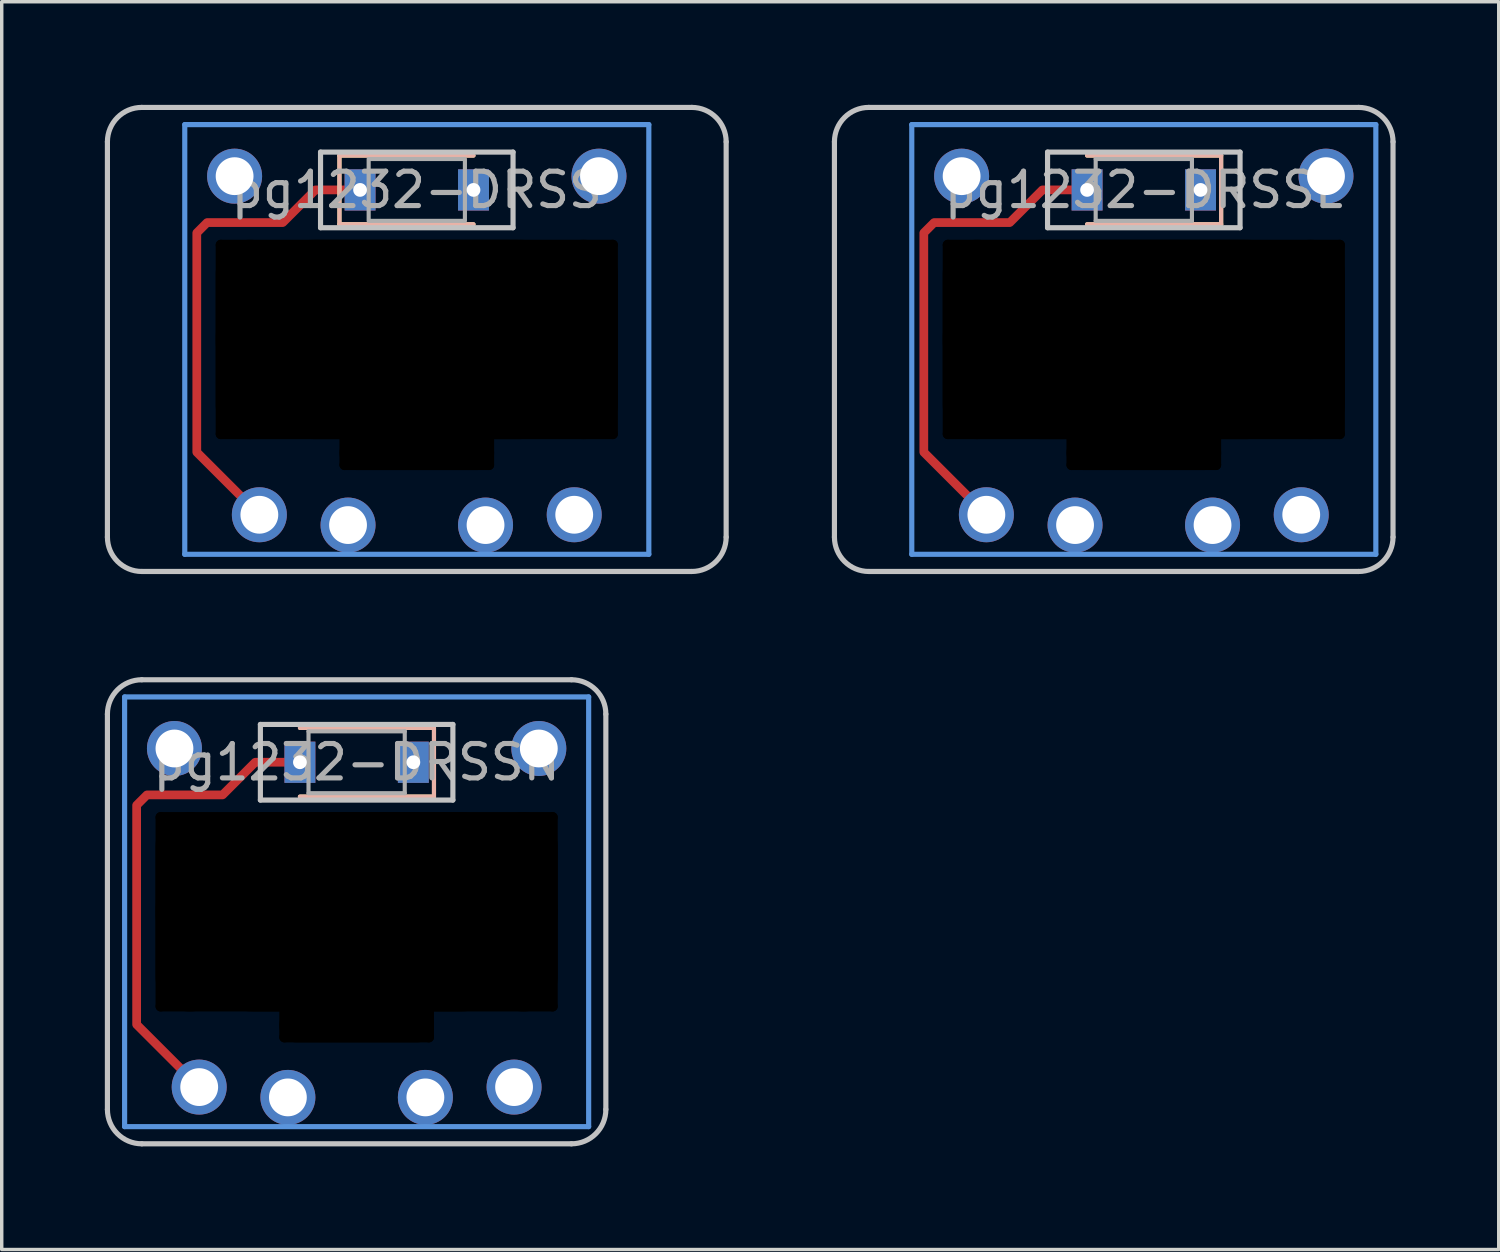
<source format=kicad_pcb>
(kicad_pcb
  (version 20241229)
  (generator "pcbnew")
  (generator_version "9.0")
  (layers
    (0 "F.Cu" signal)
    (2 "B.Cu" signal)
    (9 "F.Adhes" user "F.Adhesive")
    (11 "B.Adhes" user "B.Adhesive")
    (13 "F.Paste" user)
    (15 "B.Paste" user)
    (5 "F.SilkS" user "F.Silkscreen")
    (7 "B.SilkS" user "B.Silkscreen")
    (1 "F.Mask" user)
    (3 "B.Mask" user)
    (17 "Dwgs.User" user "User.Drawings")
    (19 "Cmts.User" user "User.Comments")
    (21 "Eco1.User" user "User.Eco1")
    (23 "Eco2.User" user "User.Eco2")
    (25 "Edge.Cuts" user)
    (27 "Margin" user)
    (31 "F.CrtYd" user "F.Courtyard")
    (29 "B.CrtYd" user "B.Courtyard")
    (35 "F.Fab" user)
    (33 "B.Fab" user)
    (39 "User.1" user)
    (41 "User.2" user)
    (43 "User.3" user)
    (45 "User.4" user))
  (footprint "pg1232-DRSSN"
    (layer "F.Cu")
    (at 7.325 19.125)
    (property "Reference" "pg1232-DRSSN" (at 0 0 0) (layer "F.Fab") (effects (font (size 1 1) (thickness 0.15))))
    (attr smd)
    (fp_line (start 2.25 -1) (end -1.65 -1) (stroke (width 0.12) (type solid)) (layer "F.SilkS"))
    (fp_line (start 2.25 -1) (end 2.25 1) (stroke (width 0.12) (type solid)) (layer "F.SilkS"))
    (fp_line (start 2.25 1) (end -1.65 1) (stroke (width 0.12) (type solid)) (layer "F.SilkS"))
    (fp_line (start 2.25 -1) (end -1.65 -1) (stroke (width 0.12) (type solid)) (layer "B.SilkS"))
    (fp_line (start 2.25 -1) (end 2.25 1) (stroke (width 0.12) (type solid)) (layer "B.SilkS"))
    (fp_line (start 2.25 1) (end -1.65 1) (stroke (width 0.12) (type solid)) (layer "B.SilkS"))
    (fp_line (start -7.25 10.1) (end -7.25 -1.4) (stroke (width 0.15) (type solid)) (layer "Dwgs.User"))
    (fp_line (start -6.25 -2.4) (end 6.25 -2.4) (stroke (width 0.15) (type solid)) (layer "Dwgs.User"))
    (fp_line (start -2.8 -1.1) (end -2.8 1.1) (stroke (width 0.15) (type solid)) (layer "Dwgs.User"))
    (fp_line (start -2.8 1.1) (end 2.8 1.1) (stroke (width 0.15) (type solid)) (layer "Dwgs.User"))
    (fp_line (start 2.8 -1.1) (end -2.8 -1.1) (stroke (width 0.15) (type solid)) (layer "Dwgs.User"))
    (fp_line (start 2.8 1.1) (end 2.8 -1.1) (stroke (width 0.15) (type solid)) (layer "Dwgs.User"))
    (fp_line (start 6.25 11.1) (end -6.25 11.1) (stroke (width 0.15) (type solid)) (layer "Dwgs.User"))
    (fp_line (start 7.25 -1.4) (end 7.25 10.1) (stroke (width 0.15) (type solid)) (layer "Dwgs.User"))
    (fp_arc (start -7.25 -1.4) (mid -6.957107 -2.107107) (end -6.25 -2.4) (stroke (width 0.15) (type solid)) (layer "Dwgs.User"))
    (fp_arc (start -6.25 11.1) (mid -6.957107 10.807107) (end -7.25 10.1) (stroke (width 0.15) (type solid)) (layer "Dwgs.User"))
    (fp_arc (start 6.25 -2.4) (mid 6.957107 -2.107107) (end 7.25 -1.4) (stroke (width 0.15) (type solid)) (layer "Dwgs.User"))
    (fp_arc (start 7.25 10.1) (mid 6.957107 10.807107) (end 6.25 11.1) (stroke (width 0.15) (type solid)) (layer "Dwgs.User"))
    (fp_line (start -6.75 -1.9) (end -6.75 10.6) (stroke (width 0.15) (type solid)) (layer "Cmts.User"))
    (fp_line (start -6.75 10.6) (end 6.75 10.6) (stroke (width 0.15) (type solid)) (layer "Cmts.User"))
    (fp_line (start 6.75 -1.9) (end -6.75 -1.9) (stroke (width 0.15) (type solid)) (layer "Cmts.User"))
    (fp_line (start 6.75 10.6) (end 6.75 -1.9) (stroke (width 0.15) (type solid)) (layer "Cmts.User"))
    (fp_line (start -1.4 -0.9) (end -1.4 0.9) (stroke (width 0.12) (type solid)) (layer "F.Fab"))
    (fp_line (start -1.4 0.9) (end 1.4 0.9) (stroke (width 0.12) (type solid)) (layer "F.Fab"))
    (fp_line (start 1.4 -0.9) (end -1.4 -0.9) (stroke (width 0.12) (type solid)) (layer "F.Fab"))
    (fp_line (start 1.4 0.9) (end 1.4 -0.9) (stroke (width 0.12) (type solid)) (layer "F.Fab"))
    (pad "" np_thru_hole oval (at -5.7 4.35 90) (size 5.8 0.3) (drill oval 5.8 0.3) (layers "*.Mask"))
    (pad "" thru_hole circle (at -5.3 -0.4) (size 1.6 1.6) (drill 1.1) (layers "*.Cu" "*.Mask"))
    (pad "" np_thru_hole oval (at -4.85 4.35) (size 2 5.8) (drill oval 2 5.8) (layers "*.Mask"))
    (pad "" thru_hole circle (at -4.58 9.45) (size 1.6 1.6) (drill 1.1) (layers "*.Cu" "B.Mask"))
    (pad "" np_thru_hole oval (at -2.1 7.6 90) (size 1.1 0.3) (drill oval 1.1 0.3) (layers "*.Mask"))
    (pad "" smd custom (at -1.65 0) (size 0.254 0.254) (layers "F.Cu") (options (anchor circle)) (primitives (gr_line (start -4.75 7.63) (end -2.93 9.45) (width 0.254)) (gr_line (start 0 0) (end -1.3 0) (width 0.254)) (gr_line (start -1.3 0) (end -2.25 0.95) (width 0.254)) (gr_line (start -4.75 1.25) (end -4.75 7.63) (width 0.254)) (gr_line (start -2.25 0.95) (end -4.45 0.95) (width 0.254)) (gr_line (start -4.45 0.95) (end -4.75 1.25) (width 0.254))))
    (pad "" thru_hole rect (at -1.65 0) (size 0.9 1.2) (drill 0.4) (layers "*.Cu" "*.Mask"))
    (pad "" np_thru_hole oval (at 0 1.6) (size 11.7 0.3) (drill oval 11.7 0.3) (layers "*.Mask"))
    (pad "" np_thru_hole oval (at 0 4.35) (size 11.7 5.8) (drill oval 11.7 5.8) (layers "*.Mask"))
    (pad "" np_thru_hole oval (at 0 7.1) (size 11.7 0.3) (drill oval 11.7 0.3) (layers "*.Mask"))
    (pad "" np_thru_hole oval (at 0 7.65) (size 4.5 1) (drill oval 4.5 1) (layers "*.Mask"))
    (pad "" np_thru_hole oval (at 0 8) (size 4.5 0.3) (drill oval 4.5 0.3) (layers "*.Mask"))
    (pad "" np_thru_hole oval (at 2.1 7.6 90) (size 1.1 0.3) (drill oval 1.1 0.3) (layers "*.Mask"))
    (pad "" thru_hole circle (at 4.58 9.45) (size 1.6 1.6) (drill 1.1) (layers "*.Cu" "F.Mask"))
    (pad "" np_thru_hole oval (at 4.85 4.35) (size 2 5.8) (drill oval 2 5.8) (layers "*.Mask"))
    (pad "" thru_hole circle (at 5.3 -0.4) (size 1.6 1.6) (drill 1.1) (layers "*.Cu" "*.Mask"))
    (pad "" np_thru_hole oval (at 5.7 4.35 90) (size 5.8 0.3) (drill oval 5.8 0.3) (layers "*.Mask"))
    (pad "1" thru_hole circle (at -2 9.75) (size 1.6 1.6) (drill 1.1) (layers "*.Cu" "F.Mask"))
    (pad "1" thru_hole circle (at 2 9.75) (size 1.6 1.6) (drill 1.1) (layers "*.Cu" "B.Mask"))
    (pad "2" thru_hole rect (at 1.65 0) (size 0.9 1.2) (drill 0.4) (layers "*.Cu" "*.Mask")))
  (footprint "pg1232-DRSSL"
    (layer "F.Cu")
    (at 30.225 2.475)
    (property "Reference" "pg1232-DRSSL" (at 0 0 0) (layer "F.Fab") (effects (font (size 1 1) (thickness 0.15))))
    (attr through_hole)
    (fp_line (start 2.25 -1) (end -1.65 -1) (stroke (width 0.12) (type solid)) (layer "F.SilkS"))
    (fp_line (start 2.25 -1) (end 2.25 1) (stroke (width 0.12) (type solid)) (layer "F.SilkS"))
    (fp_line (start 2.25 1) (end -1.65 1) (stroke (width 0.12) (type solid)) (layer "F.SilkS"))
    (fp_line (start 2.25 -1) (end -1.65 -1) (stroke (width 0.12) (type solid)) (layer "B.SilkS"))
    (fp_line (start 2.25 -1) (end 2.25 1) (stroke (width 0.12) (type solid)) (layer "B.SilkS"))
    (fp_line (start 2.25 1) (end -1.65 1) (stroke (width 0.12) (type solid)) (layer "B.SilkS"))
    (fp_line (start -9 10.1) (end -9 -1.4) (stroke (width 0.15) (type solid)) (layer "Dwgs.User"))
    (fp_line (start -8 -2.4) (end 6.25 -2.4) (stroke (width 0.15) (type solid)) (layer "Dwgs.User"))
    (fp_line (start -2.8 -1.1) (end -2.8 1.1) (stroke (width 0.15) (type solid)) (layer "Dwgs.User"))
    (fp_line (start -2.8 1.1) (end 2.8 1.1) (stroke (width 0.15) (type solid)) (layer "Dwgs.User"))
    (fp_line (start 2.8 -1.1) (end -2.8 -1.1) (stroke (width 0.15) (type solid)) (layer "Dwgs.User"))
    (fp_line (start 2.8 1.1) (end 2.8 -1.1) (stroke (width 0.15) (type solid)) (layer "Dwgs.User"))
    (fp_line (start 6.25 11.1) (end -8 11.1) (stroke (width 0.15) (type solid)) (layer "Dwgs.User"))
    (fp_line (start 7.25 -1.4) (end 7.25 10.1) (stroke (width 0.15) (type solid)) (layer "Dwgs.User"))
    (fp_arc (start -9 -1.4) (mid -8.707107 -2.107107) (end -8 -2.4) (stroke (width 0.15) (type solid)) (layer "Dwgs.User"))
    (fp_arc (start -8 11.1) (mid -8.707107 10.807107) (end -9 10.1) (stroke (width 0.15) (type solid)) (layer "Dwgs.User"))
    (fp_arc (start 6.25 -2.4) (mid 6.957107 -2.107107) (end 7.25 -1.4) (stroke (width 0.15) (type solid)) (layer "Dwgs.User"))
    (fp_arc (start 7.25 10.1) (mid 6.957107 10.807107) (end 6.25 11.1) (stroke (width 0.15) (type solid)) (layer "Dwgs.User"))
    (fp_line (start -6.75 -1.9) (end -6.75 10.6) (stroke (width 0.15) (type solid)) (layer "Cmts.User"))
    (fp_line (start -6.75 10.6) (end 6.75 10.6) (stroke (width 0.15) (type solid)) (layer "Cmts.User"))
    (fp_line (start 6.75 -1.9) (end -6.75 -1.9) (stroke (width 0.15) (type solid)) (layer "Cmts.User"))
    (fp_line (start 6.75 10.6) (end 6.75 -1.9) (stroke (width 0.15) (type solid)) (layer "Cmts.User"))
    (fp_line (start -1.4 -0.9) (end -1.4 0.9) (stroke (width 0.12) (type solid)) (layer "F.Fab"))
    (fp_line (start -1.4 0.9) (end 1.4 0.9) (stroke (width 0.12) (type solid)) (layer "F.Fab"))
    (fp_line (start 1.4 -0.9) (end -1.4 -0.9) (stroke (width 0.12) (type solid)) (layer "F.Fab"))
    (fp_line (start 1.4 0.9) (end 1.4 -0.9) (stroke (width 0.12) (type solid)) (layer "F.Fab"))
    (pad "" np_thru_hole oval (at -5.7 4.35 90) (size 5.8 0.3) (drill oval 5.8 0.3) (layers "*.Mask"))
    (pad "" np_thru_hole oval (at -4.85 4.35) (size 2 5.8) (drill oval 2 5.8) (layers "*.Mask"))
    (pad "" np_thru_hole oval (at -2.1 7.6 90) (size 1.1 0.3) (drill oval 1.1 0.3) (layers "*.Mask"))
    (pad "" np_thru_hole oval (at 0 1.6) (size 11.7 0.3) (drill oval 11.7 0.3) (layers "*.Mask"))
    (pad "" np_thru_hole oval (at 0 4.35) (size 11.7 5.8) (drill oval 11.7 5.8) (layers "*.Mask"))
    (pad "" np_thru_hole oval (at 0 7.1) (size 11.7 0.3) (drill oval 11.7 0.3) (layers "*.Mask"))
    (pad "" np_thru_hole oval (at 0 7.65) (size 4.5 1) (drill oval 4.5 1) (layers "*.Mask"))
    (pad "" np_thru_hole oval (at 0 8) (size 4.5 0.3) (drill oval 4.5 0.3) (layers "*.Mask"))
    (pad "" np_thru_hole oval (at 2.1 7.6 90) (size 1.1 0.3) (drill oval 1.1 0.3) (layers "*.Mask"))
    (pad "" np_thru_hole oval (at 4.85 4.35) (size 2 5.8) (drill oval 2 5.8) (layers "*.Mask"))
    (pad "" np_thru_hole oval (at 5.7 4.35 90) (size 5.8 0.3) (drill oval 5.8 0.3) (layers "*.Mask"))
    (pad "1" thru_hole circle (at -2 9.75) (size 1.6 1.6) (drill 1.1) (layers "*.Cu" "F.Mask"))
    (pad "1" thru_hole circle (at 2 9.75) (size 1.6 1.6) (drill 1.1) (layers "*.Cu" "B.Mask"))
    (pad "2" thru_hole rect (at 1.65 0) (size 0.9 1.2) (drill 0.4) (layers "*.Cu" "*.Mask"))
    (pad "3" thru_hole circle (at -4.58 9.45) (size 1.6 1.6) (drill 1.1) (layers "*.Cu" "B.Mask"))
    (pad "3" smd custom (at -1.65 0) (size 0.001 0.001) (layers "F.Cu") (options (anchor circle)) (primitives (gr_line (start -4.75 7.63) (end -2.93 9.45) (width 0.254)) (gr_line (start 0 0) (end -1.3 0) (width 0.254)) (gr_line (start -1.3 0) (end -2.25 0.95) (width 0.254)) (gr_line (start -4.75 1.25) (end -4.75 7.63) (width 0.254)) (gr_line (start -2.25 0.95) (end -4.45 0.95) (width 0.254)) (gr_line (start -4.45 0.95) (end -4.75 1.25) (width 0.254))))
    (pad "3" thru_hole rect (at -1.65 0) (size 0.9 1.2) (drill 0.4) (layers "*.Cu" "*.Mask"))
    (pad "3" thru_hole circle (at 4.58 9.45) (size 1.6 1.6) (drill 1.1) (layers "*.Cu" "F.Mask"))
    (pad "4" thru_hole circle (at -5.3 -0.4) (size 1.6 1.6) (drill 1.1) (layers "*.Cu" "*.Mask"))
    (pad "5" thru_hole circle (at 5.3 -0.4) (size 1.6 1.6) (drill 1.1) (layers "*.Cu" "*.Mask")))
  (footprint "pg1232-DRSS"
    (layer "F.Cu")
    (at 9.075 2.475)
    (property "Reference" "pg1232-DRSS" (at 0 0 0) (layer "F.Fab") (effects (font (size 1 1) (thickness 0.15))))
    (attr smd)
    (fp_line (start -2.25 -1) (end -2.25 1) (stroke (width 0.12) (type solid)) (layer "F.SilkS"))
    (fp_line (start -2.25 1) (end 1.65 1) (stroke (width 0.12) (type solid)) (layer "F.SilkS"))
    (fp_line (start 1.65 -1) (end -2.25 -1) (stroke (width 0.12) (type solid)) (layer "F.SilkS"))
    (fp_line (start -2.25 -1) (end -2.25 1) (stroke (width 0.12) (type solid)) (layer "B.SilkS"))
    (fp_line (start -2.25 1) (end 1.65 1) (stroke (width 0.12) (type solid)) (layer "B.SilkS"))
    (fp_line (start 1.65 -1) (end -2.25 -1) (stroke (width 0.12) (type solid)) (layer "B.SilkS"))
    (fp_line (start -9 10.1) (end -9 -1.4) (stroke (width 0.15) (type solid)) (layer "Dwgs.User"))
    (fp_line (start -8 -2.4) (end 8 -2.4) (stroke (width 0.15) (type solid)) (layer "Dwgs.User"))
    (fp_line (start -2.8 -1.1) (end -2.8 1.1) (stroke (width 0.15) (type solid)) (layer "Dwgs.User"))
    (fp_line (start -2.8 1.1) (end 2.8 1.1) (stroke (width 0.15) (type solid)) (layer "Dwgs.User"))
    (fp_line (start 2.8 -1.1) (end -2.8 -1.1) (stroke (width 0.15) (type solid)) (layer "Dwgs.User"))
    (fp_line (start 2.8 1.1) (end 2.8 -1.1) (stroke (width 0.15) (type solid)) (layer "Dwgs.User"))
    (fp_line (start 8 11.1) (end -8 11.1) (stroke (width 0.15) (type solid)) (layer "Dwgs.User"))
    (fp_line (start 9 -1.4) (end 9 10.1) (stroke (width 0.15) (type solid)) (layer "Dwgs.User"))
    (fp_arc (start -9 -1.4) (mid -8.707107 -2.107107) (end -8 -2.4) (stroke (width 0.15) (type solid)) (layer "Dwgs.User"))
    (fp_arc (start -8 11.1) (mid -8.707107 10.807107) (end -9 10.1) (stroke (width 0.15) (type solid)) (layer "Dwgs.User"))
    (fp_arc (start 8 -2.4) (mid 8.707107 -2.107107) (end 9 -1.4) (stroke (width 0.15) (type solid)) (layer "Dwgs.User"))
    (fp_arc (start 9 10.1) (mid 8.707107 10.807107) (end 8 11.1) (stroke (width 0.15) (type solid)) (layer "Dwgs.User"))
    (fp_line (start -6.75 -1.9) (end -6.75 10.6) (stroke (width 0.15) (type solid)) (layer "Cmts.User"))
    (fp_line (start -6.75 10.6) (end 6.75 10.6) (stroke (width 0.15) (type solid)) (layer "Cmts.User"))
    (fp_line (start 6.75 -1.9) (end -6.75 -1.9) (stroke (width 0.15) (type solid)) (layer "Cmts.User"))
    (fp_line (start 6.75 10.6) (end 6.75 -1.9) (stroke (width 0.15) (type solid)) (layer "Cmts.User"))
    (fp_rect (start 1.4 0.9) (end -1.4 -0.9) (stroke (width 0.12) (type solid)) (fill no) (layer "F.Fab"))
    (pad "" np_thru_hole oval (at -5.7 4.35 90) (size 5.8 0.3) (drill oval 5.8 0.3) (layers "*.Mask"))
    (pad "" np_thru_hole oval (at -4.85 4.35) (size 2 5.8) (drill oval 2 5.8) (layers "*.Mask"))
    (pad "" np_thru_hole oval (at -2.1 7.6 90) (size 1.1 0.3) (drill oval 1.1 0.3) (layers "*.Mask"))
    (pad "" np_thru_hole oval (at 0 1.6) (size 11.7 0.3) (drill oval 11.7 0.3) (layers "*.Mask"))
    (pad "" np_thru_hole oval (at 0 4.35) (size 11.7 5.8) (drill oval 11.7 5.8) (layers "*.Mask"))
    (pad "" np_thru_hole oval (at 0 7.1) (size 11.7 0.3) (drill oval 11.7 0.3) (layers "*.Mask"))
    (pad "" np_thru_hole oval (at 0 7.65) (size 4.5 1) (drill oval 4.5 1) (layers "*.Mask"))
    (pad "" np_thru_hole oval (at 0 8) (size 4.5 0.3) (drill oval 4.5 0.3) (layers "*.Mask"))
    (pad "" np_thru_hole oval (at 2.1 7.6 90) (size 1.1 0.3) (drill oval 1.1 0.3) (layers "*.Mask"))
    (pad "" np_thru_hole oval (at 4.85 4.35) (size 2 5.8) (drill oval 2 5.8) (layers "*.Mask"))
    (pad "" np_thru_hole oval (at 5.7 4.35 90) (size 5.8 0.3) (drill oval 5.8 0.3) (layers "*.Mask"))
    (pad "1" thru_hole circle (at -2 9.75) (size 1.6 1.6) (drill 1.1) (layers "*.Cu" "F.Mask"))
    (pad "1" thru_hole circle (at 2 9.75) (size 1.6 1.6) (drill 1.1) (layers "*.Cu" "B.Mask"))
    (pad "2" thru_hole rect (at 1.65 0) (size 0.9 1.2) (drill 0.4) (layers "*.Cu" "*.Mask"))
    (pad "3" thru_hole circle (at -4.58 9.45) (size 1.6 1.6) (drill 1.1) (layers "*.Cu" "B.Mask"))
    (pad "3" smd custom (at -1.65 0) (size 0.254 0.254) (layers "F.Cu") (options (anchor circle)) (primitives (gr_line (start 0 0) (end -1.3 0) (width 0.254)) (gr_line (start -1.3 0) (end -2.25 0.95) (width 0.254)) (gr_line (start -2.25 0.95) (end -4.45 0.95) (width 0.254)) (gr_line (start -4.45 0.95) (end -4.75 1.25) (width 0.254)) (gr_line (start -4.75 1.25) (end -4.75 7.63) (width 0.254)) (gr_line (start -4.75 7.63) (end -2.93 9.45) (width 0.254))))
    (pad "3" thru_hole rect (at -1.65 0) (size 0.9 1.2) (drill 0.4) (layers "*.Cu" "*.Mask"))
    (pad "3" thru_hole circle (at 4.58 9.45) (size 1.6 1.6) (drill 1.1) (layers "*.Cu" "F.Mask"))
    (pad "4" thru_hole circle (at 5.3 -0.4) (size 1.6 1.6) (drill 1.1) (layers "*.Cu" "*.Mask"))
    (pad "5" thru_hole circle (at -5.3 -0.4) (size 1.6 1.6) (drill 1.1) (layers "*.Cu" "*.Mask")))
  (gr_rect
    (start -3 -3)
    (end 40.55 33.3)
    (stroke (width 0.1) (type default))
    (fill no)
    (layer "Edge.Cuts")))
</source>
